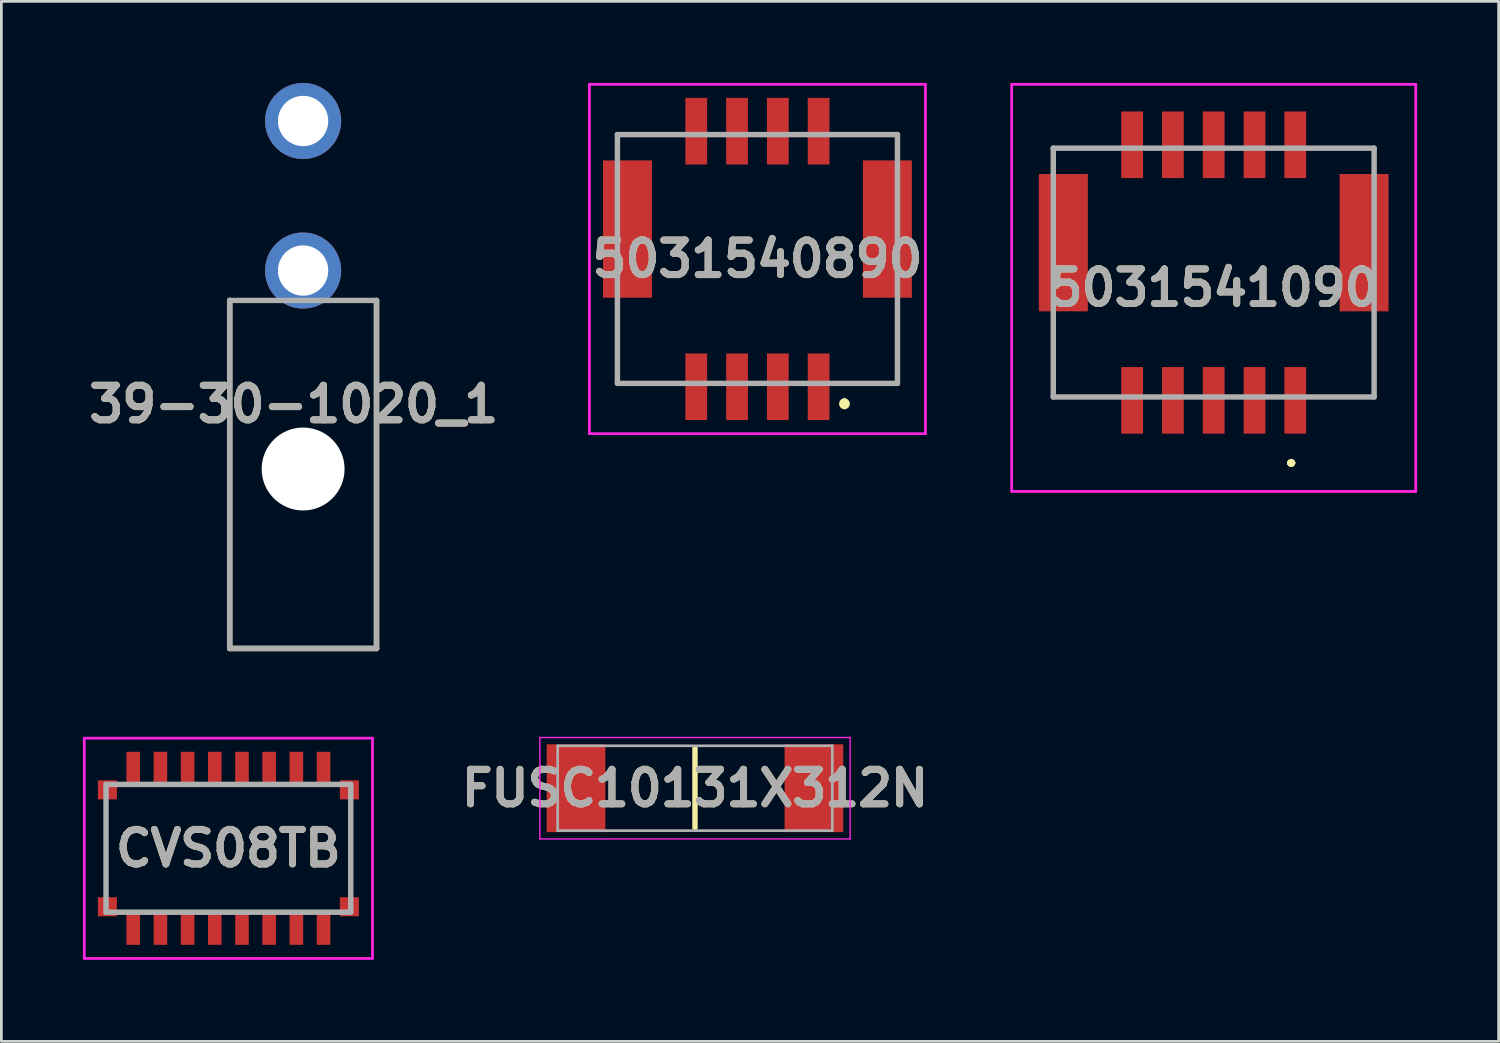
<source format=kicad_pcb>
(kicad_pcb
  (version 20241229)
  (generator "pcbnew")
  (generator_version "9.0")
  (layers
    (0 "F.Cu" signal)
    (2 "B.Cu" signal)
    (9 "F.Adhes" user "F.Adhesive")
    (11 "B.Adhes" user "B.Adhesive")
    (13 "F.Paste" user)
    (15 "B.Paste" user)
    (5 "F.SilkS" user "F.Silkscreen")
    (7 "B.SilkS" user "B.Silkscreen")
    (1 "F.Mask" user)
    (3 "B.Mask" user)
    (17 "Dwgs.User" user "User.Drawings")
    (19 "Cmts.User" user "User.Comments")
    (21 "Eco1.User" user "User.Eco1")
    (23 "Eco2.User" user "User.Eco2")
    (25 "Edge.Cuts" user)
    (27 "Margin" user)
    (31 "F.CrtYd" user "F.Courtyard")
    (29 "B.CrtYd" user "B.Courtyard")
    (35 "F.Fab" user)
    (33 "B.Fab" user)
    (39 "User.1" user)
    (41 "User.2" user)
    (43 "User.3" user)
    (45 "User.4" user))
  (footprint "FUSC10131X312N"
    (layer "F.Cu")
    (at 22.511 25.94)
    (property "Reference" "FUSC10131X312N" (at 0 0 0) (layer "F.SilkS") (effects (font (size 1.27 1.27) (thickness 0.254))))
    (attr smd)
    (fp_line (start 0 -1.46) (end 0 1.46) (stroke (width 0.2) (type solid)) (layer "F.SilkS"))
    (fp_line (start -5.705 -1.865) (end 5.705 -1.865) (stroke (width 0.05) (type solid)) (layer "F.CrtYd"))
    (fp_line (start -5.705 1.865) (end -5.705 -1.865) (stroke (width 0.05) (type solid)) (layer "F.CrtYd"))
    (fp_line (start 5.705 -1.865) (end 5.705 1.865) (stroke (width 0.05) (type solid)) (layer "F.CrtYd"))
    (fp_line (start 5.705 1.865) (end -5.705 1.865) (stroke (width 0.05) (type solid)) (layer "F.CrtYd"))
    (fp_line (start -5.05 -1.56) (end 5.05 -1.56) (stroke (width 0.1) (type solid)) (layer "F.Fab"))
    (fp_line (start -5.05 1.56) (end -5.05 -1.56) (stroke (width 0.1) (type solid)) (layer "F.Fab"))
    (fp_line (start 5.05 -1.56) (end 5.05 1.56) (stroke (width 0.1) (type solid)) (layer "F.Fab"))
    (fp_line (start 5.05 1.56) (end -5.05 1.56) (stroke (width 0.1) (type solid)) (layer "F.Fab"))
    (fp_text user "${REFERENCE}" (at 0 0 0) (layer "F.Fab") (effects (font (size 1.27 1.27) (thickness 0.254))))
    (pad "1" smd rect (at -4.375 0) (size 2.16 3.23) (layers "F.Cu" "F.Mask" "F.Paste"))
    (pad "2" smd rect (at 4.375 0) (size 2.16 3.23) (layers "F.Cu" "F.Mask" "F.Paste")))
  (footprint "39-30-1020_1"
    (layer "F.Cu")
    (at 8.098 20.8)
    (property "Reference" "39-30-1020_1" (at -0.345 -8.985 0) (layer "F.SilkS") (effects (font (size 1.27 1.27) (thickness 0.254))))
    (attr through_hole)
    (fp_line (start -2.7 -12.8) (end -2.7 0) (stroke (width 0.2) (type solid)) (layer "F.SilkS"))
    (fp_line (start -2.7 0) (end 2.7 0) (stroke (width 0.2) (type solid)) (layer "F.SilkS"))
    (fp_line (start 2.7 0) (end 2.7 -12.8) (stroke (width 0.2) (type solid)) (layer "F.SilkS"))
    (fp_line (start -2.7 -12.8) (end 2.7 -12.8) (stroke (width 0.2) (type solid)) (layer "F.Fab"))
    (fp_line (start -2.7 0) (end -2.7 -12.8) (stroke (width 0.2) (type solid)) (layer "F.Fab"))
    (fp_line (start 2.7 -12.8) (end 2.7 0) (stroke (width 0.2) (type solid)) (layer "F.Fab"))
    (fp_line (start 2.7 0) (end -2.7 0) (stroke (width 0.2) (type solid)) (layer "F.Fab"))
    (fp_text user "${REFERENCE}" (at -0.345 -8.985 0) (layer "F.Fab") (effects (font (size 1.27 1.27) (thickness 0.254))))
    (pad "" np_thru_hole circle (at 0 -6.6) (size 3.05 3.05) (drill 3.05) (layers "*.Cu" "*.Mask"))
    (pad "1" thru_hole circle (at 0 -13.9) (size 2.8 2.8) (drill 1.85) (layers "*.Cu" "*.Mask"))
    (pad "2" thru_hole circle (at 0 -19.4) (size 2.8 2.8) (drill 1.85) (layers "*.Cu" "*.Mask")))
  (footprint "5031541090"
    (layer "F.Cu")
    (at 41.589 6.975)
    (property "Reference" "5031541090" (at 0 0.562 0) (layer "F.SilkS") (effects (font (size 1.27 1.27) (thickness 0.254))))
    (attr smd)
    (fp_line (start -5.9 -4.575) (end -5.9 -4.575) (stroke (width 0.1) (type solid)) (layer "F.SilkS"))
    (fp_line (start -5.9 -4.575) (end -5.9 -4.575) (stroke (width 0.1) (type solid)) (layer "F.SilkS"))
    (fp_line (start -5.9 -4.575) (end -5.9 -4.25) (stroke (width 0.1) (type solid)) (layer "F.SilkS"))
    (fp_line (start -5.9 -4.575) (end -4.25 -4.575) (stroke (width 0.1) (type solid)) (layer "F.SilkS"))
    (fp_line (start -5.9 -4.25) (end -5.9 -4.575) (stroke (width 0.1) (type solid)) (layer "F.SilkS"))
    (fp_line (start -5.9 -4.25) (end -5.9 -4.25) (stroke (width 0.1) (type solid)) (layer "F.SilkS"))
    (fp_line (start -5.9 2) (end -5.9 2) (stroke (width 0.1) (type solid)) (layer "F.SilkS"))
    (fp_line (start -5.9 2) (end -5.9 4.575) (stroke (width 0.1) (type solid)) (layer "F.SilkS"))
    (fp_line (start -5.9 4.575) (end -5.9 2) (stroke (width 0.1) (type solid)) (layer "F.SilkS"))
    (fp_line (start -5.9 4.575) (end -5.9 4.575) (stroke (width 0.1) (type solid)) (layer "F.SilkS"))
    (fp_line (start -5.9 4.575) (end -5.9 4.575) (stroke (width 0.1) (type solid)) (layer "F.SilkS"))
    (fp_line (start -5.9 4.575) (end -4 4.575) (stroke (width 0.1) (type solid)) (layer "F.SilkS"))
    (fp_line (start -4.25 -4.575) (end -5.9 -4.575) (stroke (width 0.1) (type solid)) (layer "F.SilkS"))
    (fp_line (start -4.25 -4.575) (end -4.25 -4.575) (stroke (width 0.1) (type solid)) (layer "F.SilkS"))
    (fp_line (start -4 4.575) (end -5.9 4.575) (stroke (width 0.1) (type solid)) (layer "F.SilkS"))
    (fp_line (start -4 4.575) (end -4 4.575) (stroke (width 0.1) (type solid)) (layer "F.SilkS"))
    (fp_line (start 2.8 7) (end 2.8 7) (stroke (width 0.2) (type solid)) (layer "F.SilkS"))
    (fp_line (start 2.8 7) (end 2.8 7) (stroke (width 0.2) (type solid)) (layer "F.SilkS"))
    (fp_line (start 2.9 7) (end 2.9 7) (stroke (width 0.2) (type solid)) (layer "F.SilkS"))
    (fp_line (start 3.75 -4.575) (end 3.75 -4.575) (stroke (width 0.1) (type solid)) (layer "F.SilkS"))
    (fp_line (start 3.75 -4.575) (end 5.9 -4.575) (stroke (width 0.1) (type solid)) (layer "F.SilkS"))
    (fp_line (start 3.75 4.575) (end 3.75 4.575) (stroke (width 0.1) (type solid)) (layer "F.SilkS"))
    (fp_line (start 3.75 4.575) (end 5.9 4.575) (stroke (width 0.1) (type solid)) (layer "F.SilkS"))
    (fp_line (start 5.9 -4.575) (end 3.75 -4.575) (stroke (width 0.1) (type solid)) (layer "F.SilkS"))
    (fp_line (start 5.9 -4.575) (end 5.9 -4.575) (stroke (width 0.1) (type solid)) (layer "F.SilkS"))
    (fp_line (start 5.9 -4.575) (end 5.9 -4.575) (stroke (width 0.1) (type solid)) (layer "F.SilkS"))
    (fp_line (start 5.9 -4.575) (end 5.9 -4.25) (stroke (width 0.1) (type solid)) (layer "F.SilkS"))
    (fp_line (start 5.9 -4.25) (end 5.9 -4.575) (stroke (width 0.1) (type solid)) (layer "F.SilkS"))
    (fp_line (start 5.9 -4.25) (end 5.9 -4.25) (stroke (width 0.1) (type solid)) (layer "F.SilkS"))
    (fp_line (start 5.9 2) (end 5.9 2) (stroke (width 0.1) (type solid)) (layer "F.SilkS"))
    (fp_line (start 5.9 2) (end 5.9 4.575) (stroke (width 0.1) (type solid)) (layer "F.SilkS"))
    (fp_line (start 5.9 4.575) (end 3.75 4.575) (stroke (width 0.1) (type solid)) (layer "F.SilkS"))
    (fp_line (start 5.9 4.575) (end 5.9 2) (stroke (width 0.1) (type solid)) (layer "F.SilkS"))
    (fp_line (start 5.9 4.575) (end 5.9 4.575) (stroke (width 0.1) (type solid)) (layer "F.SilkS"))
    (fp_line (start 5.9 4.575) (end 5.9 4.575) (stroke (width 0.1) (type solid)) (layer "F.SilkS"))
    (fp_arc (start 2.8 7) (mid 2.85 6.95) (end 2.9 7) (stroke (width 0.2) (type solid)) (layer "F.SilkS"))
    (fp_arc (start 2.9 7) (mid 2.85 7.05) (end 2.8 7) (stroke (width 0.2) (type solid)) (layer "F.SilkS"))
    (fp_arc (start 2.9 7) (mid 2.85 7.05) (end 2.8 7) (stroke (width 0.2) (type solid)) (layer "F.SilkS"))
    (fp_line (start -7.43 -6.925) (end 7.43 -6.925) (stroke (width 0.1) (type solid)) (layer "F.CrtYd"))
    (fp_line (start -7.43 8.05) (end -7.43 -6.925) (stroke (width 0.1) (type solid)) (layer "F.CrtYd"))
    (fp_line (start 7.43 -6.925) (end 7.43 8.05) (stroke (width 0.1) (type solid)) (layer "F.CrtYd"))
    (fp_line (start 7.43 8.05) (end -7.43 8.05) (stroke (width 0.1) (type solid)) (layer "F.CrtYd"))
    (fp_line (start -5.9 -4.575) (end -5.9 4.575) (stroke (width 0.2) (type solid)) (layer "F.Fab"))
    (fp_line (start -5.9 4.575) (end 5.9 4.575) (stroke (width 0.2) (type solid)) (layer "F.Fab"))
    (fp_line (start 5.9 -4.575) (end -5.9 -4.575) (stroke (width 0.2) (type solid)) (layer "F.Fab"))
    (fp_line (start 5.9 4.575) (end 5.9 -4.575) (stroke (width 0.2) (type solid)) (layer "F.Fab"))
    (fp_text user "${REFERENCE}" (at 0 0.562 0) (layer "F.Fab") (effects (font (size 1.27 1.27) (thickness 0.254))))
    (pad "1" smd rect (at 3 4.7) (size 0.8 2.45) (layers "F.Cu" "F.Mask" "F.Paste"))
    (pad "2" smd rect (at 3 -4.7) (size 0.8 2.45) (layers "F.Cu" "F.Mask" "F.Paste"))
    (pad "3" smd rect (at 1.5 4.7) (size 0.8 2.45) (layers "F.Cu" "F.Mask" "F.Paste"))
    (pad "4" smd rect (at 1.5 -4.7) (size 0.8 2.45) (layers "F.Cu" "F.Mask" "F.Paste"))
    (pad "5" smd rect (at 0 4.7) (size 0.8 2.45) (layers "F.Cu" "F.Mask" "F.Paste"))
    (pad "6" smd rect (at 0 -4.7) (size 0.8 2.45) (layers "F.Cu" "F.Mask" "F.Paste"))
    (pad "7" smd rect (at -1.5 4.7) (size 0.8 2.45) (layers "F.Cu" "F.Mask" "F.Paste"))
    (pad "8" smd rect (at -1.5 -4.7) (size 0.8 2.45) (layers "F.Cu" "F.Mask" "F.Paste"))
    (pad "9" smd rect (at -3 4.7) (size 0.8 2.45) (layers "F.Cu" "F.Mask" "F.Paste"))
    (pad "10" smd rect (at -3 -4.7) (size 0.8 2.45) (layers "F.Cu" "F.Mask" "F.Paste"))
    (pad "MP1" smd rect (at 5.53 -1.1) (size 1.8 5.05) (layers "F.Cu" "F.Mask" "F.Paste"))
    (pad "MP2" smd rect (at -5.53 -1.1) (size 1.8 5.05) (layers "F.Cu" "F.Mask" "F.Paste")))
  (footprint "5031540890"
    (layer "F.Cu")
    (at 24.808 6.475)
    (property "Reference" "5031540890" (at 0 0 0) (layer "F.SilkS") (effects (font (size 1.27 1.27) (thickness 0.254))))
    (attr smd)
    (fp_line (start -5.15 -4.575) (end -5.15 -4.075) (stroke (width 0.1) (type solid)) (layer "F.SilkS"))
    (fp_line (start -5.15 4.575) (end -5.15 1.925) (stroke (width 0.1) (type solid)) (layer "F.SilkS"))
    (fp_line (start -3.5 -4.575) (end -5.15 -4.575) (stroke (width 0.1) (type solid)) (layer "F.SilkS"))
    (fp_line (start -3.5 4.575) (end -5.15 4.575) (stroke (width 0.1) (type solid)) (layer "F.SilkS"))
    (fp_line (start 3.2 5.225) (end 3.2 5.225) (stroke (width 0.2) (type solid)) (layer "F.SilkS"))
    (fp_line (start 3.2 5.425) (end 3.2 5.425) (stroke (width 0.2) (type solid)) (layer "F.SilkS"))
    (fp_line (start 3.5 -4.575) (end 5.15 -4.575) (stroke (width 0.1) (type solid)) (layer "F.SilkS"))
    (fp_line (start 3.5 4.575) (end 5.15 4.575) (stroke (width 0.1) (type solid)) (layer "F.SilkS"))
    (fp_line (start 5.15 -4.575) (end 5.15 -4.075) (stroke (width 0.1) (type solid)) (layer "F.SilkS"))
    (fp_line (start 5.15 4.575) (end 5.15 1.925) (stroke (width 0.1) (type solid)) (layer "F.SilkS"))
    (fp_arc (start 3.2 5.225) (mid 3.3 5.325) (end 3.2 5.425) (stroke (width 0.2) (type solid)) (layer "F.SilkS"))
    (fp_arc (start 3.2 5.425) (mid 3.1 5.325) (end 3.2 5.225) (stroke (width 0.2) (type solid)) (layer "F.SilkS"))
    (fp_line (start -6.18 -6.425) (end 6.18 -6.425) (stroke (width 0.1) (type solid)) (layer "F.CrtYd"))
    (fp_line (start -6.18 6.425) (end -6.18 -6.425) (stroke (width 0.1) (type solid)) (layer "F.CrtYd"))
    (fp_line (start 6.18 -6.425) (end 6.18 6.425) (stroke (width 0.1) (type solid)) (layer "F.CrtYd"))
    (fp_line (start 6.18 6.425) (end -6.18 6.425) (stroke (width 0.1) (type solid)) (layer "F.CrtYd"))
    (fp_line (start -5.15 -4.575) (end 5.15 -4.575) (stroke (width 0.2) (type solid)) (layer "F.Fab"))
    (fp_line (start -5.15 4.575) (end -5.15 -4.575) (stroke (width 0.2) (type solid)) (layer "F.Fab"))
    (fp_line (start 5.15 -4.575) (end 5.15 4.575) (stroke (width 0.2) (type solid)) (layer "F.Fab"))
    (fp_line (start 5.15 4.575) (end -5.15 4.575) (stroke (width 0.2) (type solid)) (layer "F.Fab"))
    (fp_text user "${REFERENCE}" (at 0 0 0) (layer "F.Fab") (effects (font (size 1.27 1.27) (thickness 0.254))))
    (pad "1" smd rect (at 2.25 4.7) (size 0.8 2.45) (layers "F.Cu" "F.Mask" "F.Paste"))
    (pad "2" smd rect (at 2.25 -4.7) (size 0.8 2.45) (layers "F.Cu" "F.Mask" "F.Paste"))
    (pad "3" smd rect (at 0.75 4.7) (size 0.8 2.45) (layers "F.Cu" "F.Mask" "F.Paste"))
    (pad "4" smd rect (at 0.75 -4.7) (size 0.8 2.45) (layers "F.Cu" "F.Mask" "F.Paste"))
    (pad "5" smd rect (at -0.75 4.7) (size 0.8 2.45) (layers "F.Cu" "F.Mask" "F.Paste"))
    (pad "6" smd rect (at -0.75 -4.7) (size 0.8 2.45) (layers "F.Cu" "F.Mask" "F.Paste"))
    (pad "7" smd rect (at -2.25 4.7) (size 0.8 2.45) (layers "F.Cu" "F.Mask" "F.Paste"))
    (pad "8" smd rect (at -2.25 -4.7) (size 0.8 2.45) (layers "F.Cu" "F.Mask" "F.Paste"))
    (pad "MP1" smd rect (at 4.78 -1.1) (size 1.8 5.05) (layers "F.Cu" "F.Mask" "F.Paste"))
    (pad "MP2" smd rect (at -4.78 -1.1) (size 1.8 5.05) (layers "F.Cu" "F.Mask" "F.Paste")))
  (footprint "CVS08TB"
    (layer "F.Cu")
    (at 5.35 28.15)
    (property "Reference" "CVS08TB" (at 0 0 0) (layer "F.SilkS") (effects (font (size 1.27 1.27) (thickness 0.254))))
    (attr smd)
    (fp_line (start -4.5 -1) (end -4.5 1) (stroke (width 0.1) (type solid)) (layer "F.SilkS"))
    (fp_line (start 4.5 -1) (end 4.5 1) (stroke (width 0.1) (type solid)) (layer "F.SilkS"))
    (fp_line (start -5.3 -4.05) (end 5.3 -4.05) (stroke (width 0.1) (type solid)) (layer "F.CrtYd"))
    (fp_line (start -5.3 4.05) (end -5.3 -4.05) (stroke (width 0.1) (type solid)) (layer "F.CrtYd"))
    (fp_line (start 5.3 -4.05) (end 5.3 4.05) (stroke (width 0.1) (type solid)) (layer "F.CrtYd"))
    (fp_line (start 5.3 4.05) (end -5.3 4.05) (stroke (width 0.1) (type solid)) (layer "F.CrtYd"))
    (fp_line (start -4.5 -2.35) (end 4.5 -2.35) (stroke (width 0.2) (type solid)) (layer "F.Fab"))
    (fp_line (start -4.5 2.35) (end -4.5 -2.35) (stroke (width 0.2) (type solid)) (layer "F.Fab"))
    (fp_line (start 4.5 -2.35) (end 4.5 2.35) (stroke (width 0.2) (type solid)) (layer "F.Fab"))
    (fp_line (start 4.5 2.35) (end -4.5 2.35) (stroke (width 0.2) (type solid)) (layer "F.Fab"))
    (fp_text user "${REFERENCE}" (at 0 0 0) (layer "F.Fab") (effects (font (size 1.27 1.27) (thickness 0.254))))
    (pad "1" smd rect (at -3.5 2.95) (size 0.5 1.2) (layers "F.Cu" "F.Mask" "F.Paste"))
    (pad "2" smd rect (at -2.5 2.95) (size 0.5 1.2) (layers "F.Cu" "F.Mask" "F.Paste"))
    (pad "3" smd rect (at -1.5 2.95) (size 0.5 1.2) (layers "F.Cu" "F.Mask" "F.Paste"))
    (pad "4" smd rect (at -0.5 2.95) (size 0.5 1.2) (layers "F.Cu" "F.Mask" "F.Paste"))
    (pad "5" smd rect (at 0.5 2.95) (size 0.5 1.2) (layers "F.Cu" "F.Mask" "F.Paste"))
    (pad "6" smd rect (at 1.5 2.95) (size 0.5 1.2) (layers "F.Cu" "F.Mask" "F.Paste"))
    (pad "7" smd rect (at 2.5 2.95) (size 0.5 1.2) (layers "F.Cu" "F.Mask" "F.Paste"))
    (pad "8" smd rect (at 3.5 2.95) (size 0.5 1.2) (layers "F.Cu" "F.Mask" "F.Paste"))
    (pad "9" smd rect (at 3.5 -2.95) (size 0.5 1.2) (layers "F.Cu" "F.Mask" "F.Paste"))
    (pad "10" smd rect (at 2.5 -2.95) (size 0.5 1.2) (layers "F.Cu" "F.Mask" "F.Paste"))
    (pad "11" smd rect (at 1.5 -2.95) (size 0.5 1.2) (layers "F.Cu" "F.Mask" "F.Paste"))
    (pad "12" smd rect (at 0.5 -2.95) (size 0.5 1.2) (layers "F.Cu" "F.Mask" "F.Paste"))
    (pad "13" smd rect (at -0.5 -2.95) (size 0.5 1.2) (layers "F.Cu" "F.Mask" "F.Paste"))
    (pad "14" smd rect (at -1.5 -2.95) (size 0.5 1.2) (layers "F.Cu" "F.Mask" "F.Paste"))
    (pad "15" smd rect (at -2.5 -2.95) (size 0.5 1.2) (layers "F.Cu" "F.Mask" "F.Paste"))
    (pad "16" smd rect (at -3.5 -2.95) (size 0.5 1.2) (layers "F.Cu" "F.Mask" "F.Paste"))
    (pad "MP1" smd rect (at -4.45 2.15) (size 0.7 0.7) (layers "F.Cu" "F.Mask" "F.Paste"))
    (pad "MP2" smd rect (at 4.45 2.15) (size 0.7 0.7) (layers "F.Cu" "F.Mask" "F.Paste"))
    (pad "MP3" smd rect (at -4.45 -2.15) (size 0.7 0.7) (layers "F.Cu" "F.Mask" "F.Paste"))
    (pad "MP4" smd rect (at 4.45 -2.15) (size 0.7 0.7) (layers "F.Cu" "F.Mask" "F.Paste")))
  (gr_rect
    (start -3 -3)
    (end 52.069 35.25)
    (stroke (width 0.1) (type default))
    (fill no)
    (layer "Edge.Cuts")))
</source>
